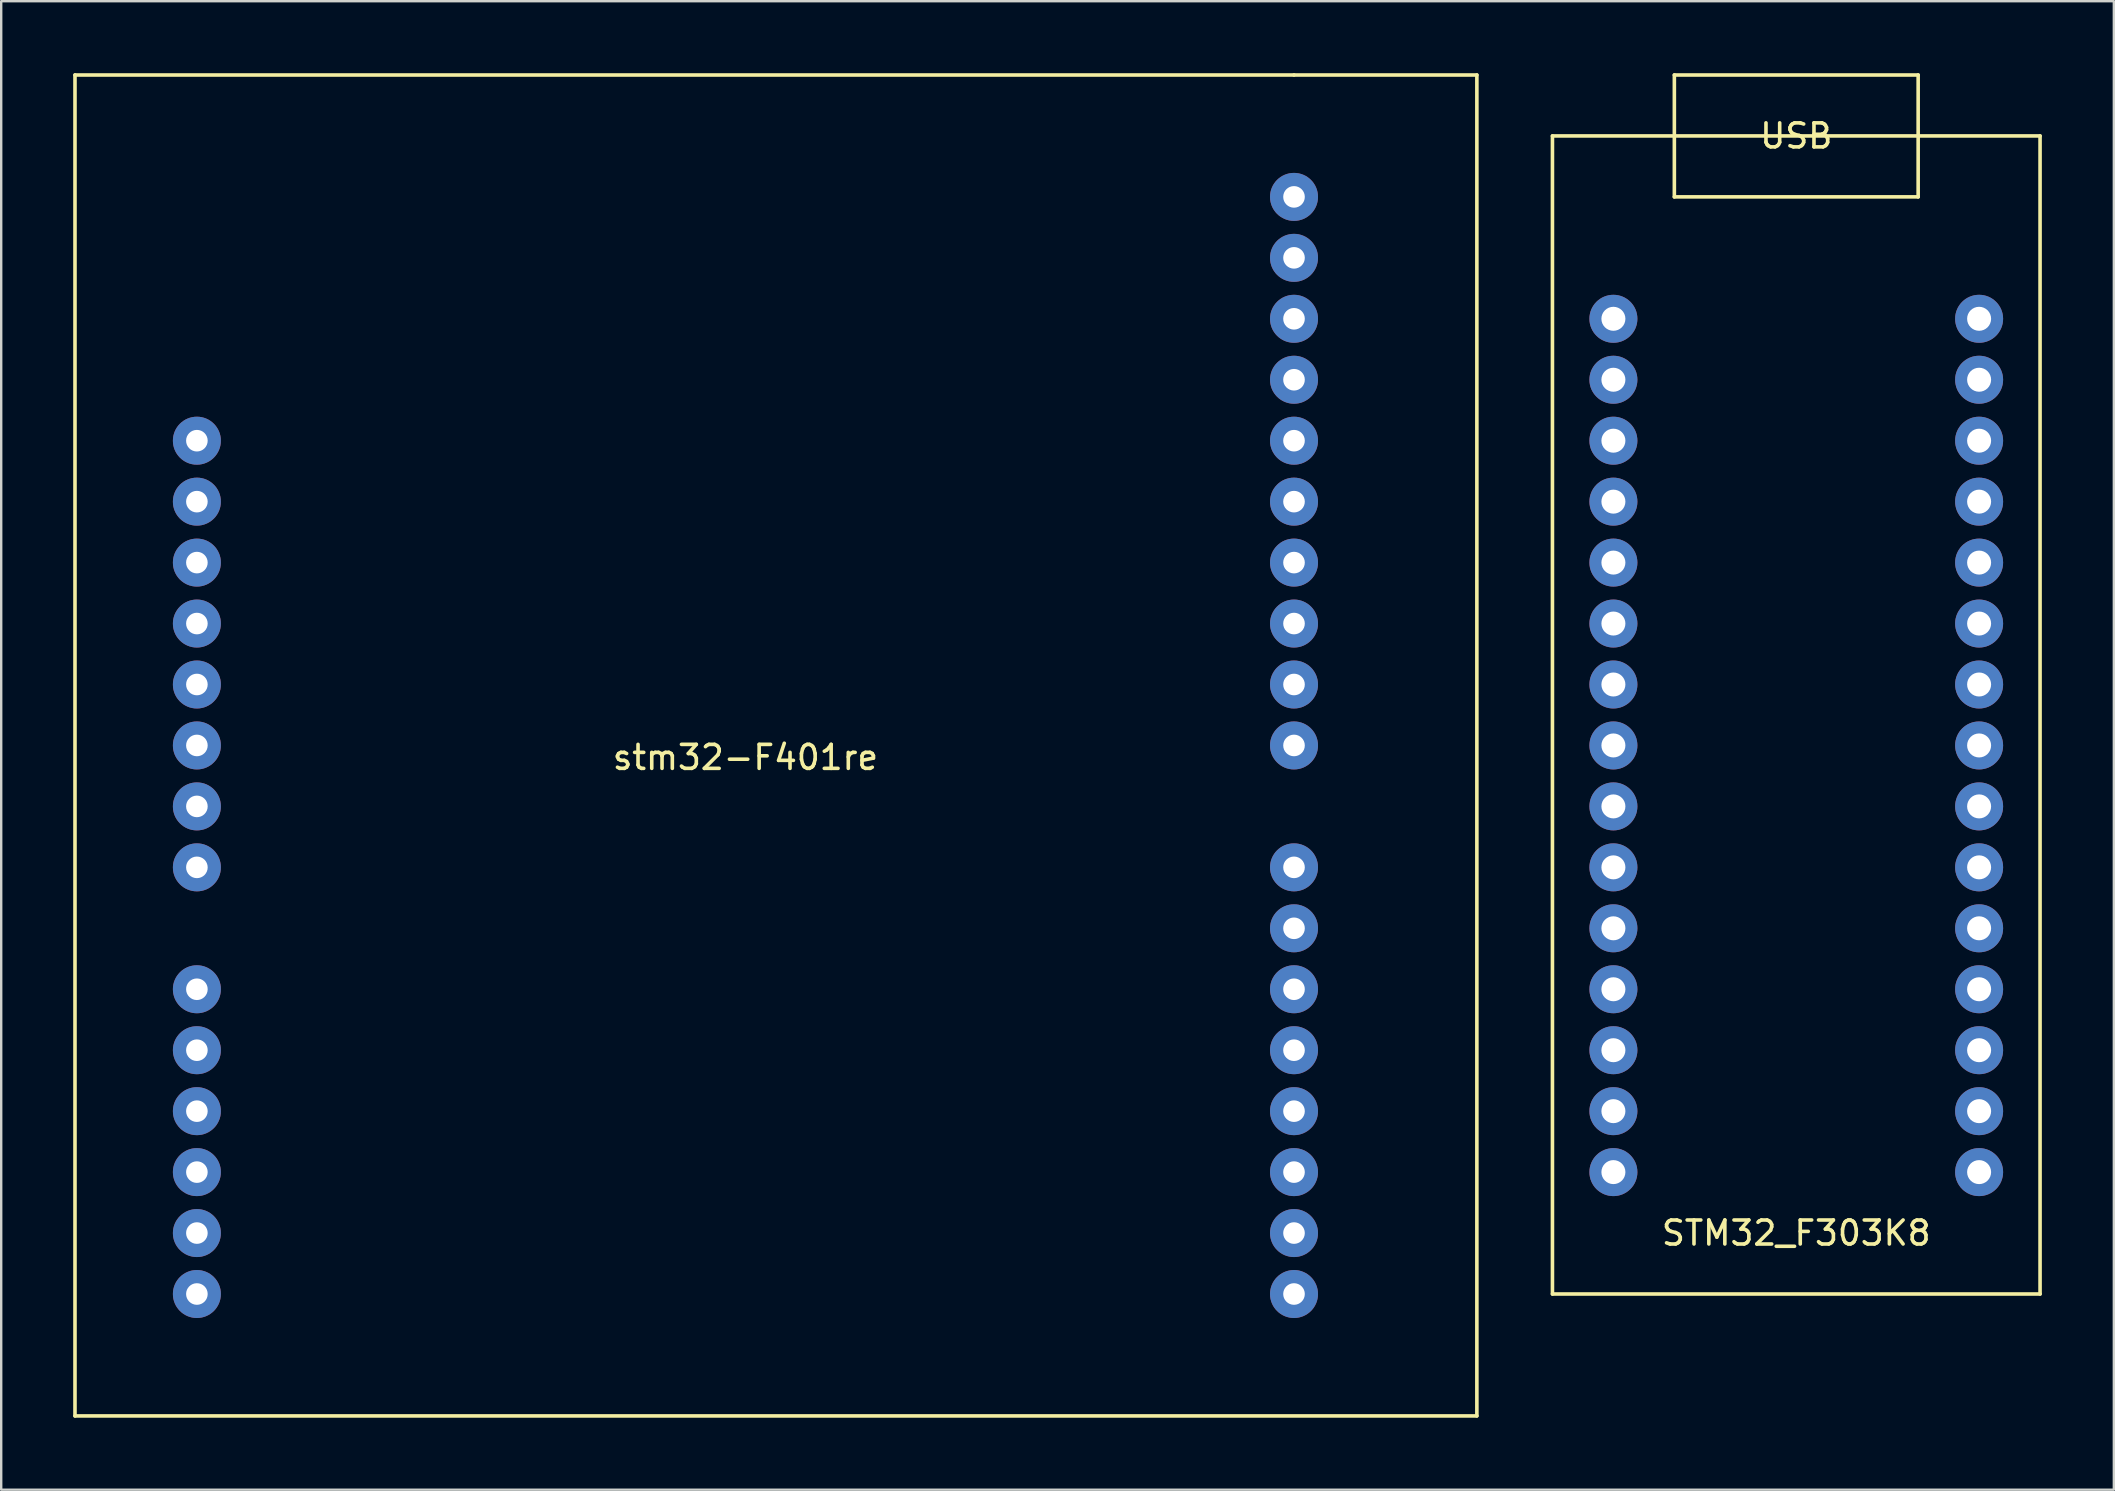
<source format=kicad_pcb>
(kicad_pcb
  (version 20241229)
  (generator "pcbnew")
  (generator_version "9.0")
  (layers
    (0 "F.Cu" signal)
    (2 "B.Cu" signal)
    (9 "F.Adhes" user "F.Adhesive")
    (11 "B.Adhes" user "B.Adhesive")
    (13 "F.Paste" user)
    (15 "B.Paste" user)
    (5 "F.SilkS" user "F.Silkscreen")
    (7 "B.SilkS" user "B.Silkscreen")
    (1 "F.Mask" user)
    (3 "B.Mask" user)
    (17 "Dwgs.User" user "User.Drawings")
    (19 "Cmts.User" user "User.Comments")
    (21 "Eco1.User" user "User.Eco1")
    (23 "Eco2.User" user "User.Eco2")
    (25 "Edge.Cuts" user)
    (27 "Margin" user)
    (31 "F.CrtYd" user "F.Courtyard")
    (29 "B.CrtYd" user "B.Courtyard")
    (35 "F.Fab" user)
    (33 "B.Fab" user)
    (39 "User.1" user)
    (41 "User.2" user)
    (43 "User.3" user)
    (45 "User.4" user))
  (footprint "STM32_F303K8"
    (layer "F.Cu")
    (at 71.805 28.015)
    (property "Reference" "STM32_F303K8" (at 0 20.32 0) (layer "F.SilkS") (effects (font (size 1 1) (thickness 0.15))))
    (attr through_hole)
    (fp_line (start -10.16 -25.4) (end 10.16 -25.4) (stroke (width 0.15) (type solid)) (layer "F.SilkS"))
    (fp_line (start -10.16 22.86) (end -10.16 -25.4) (stroke (width 0.15) (type solid)) (layer "F.SilkS"))
    (fp_line (start -5.08 -27.94) (end 5.08 -27.94) (stroke (width 0.15) (type solid)) (layer "F.SilkS"))
    (fp_line (start -5.08 -22.86) (end -5.08 -27.94) (stroke (width 0.15) (type solid)) (layer "F.SilkS"))
    (fp_line (start 5.08 -27.94) (end 5.08 -22.86) (stroke (width 0.15) (type solid)) (layer "F.SilkS"))
    (fp_line (start 5.08 -22.86) (end -5.08 -22.86) (stroke (width 0.15) (type solid)) (layer "F.SilkS"))
    (fp_line (start 10.16 -25.4) (end 10.16 22.86) (stroke (width 0.15) (type solid)) (layer "F.SilkS"))
    (fp_line (start 10.16 22.86) (end -10.16 22.86) (stroke (width 0.15) (type solid)) (layer "F.SilkS"))
    (fp_text user "USB" (at 0 -25.4 0) (layer "F.SilkS") (effects (font (size 1 1) (thickness 0.15))))
    (pad "1" thru_hole circle (at -7.62 -17.78) (size 2 2) (drill 1) (layers "*.Cu" "*.Mask"))
    (pad "2" thru_hole circle (at -7.62 -15.24) (size 2 2) (drill 1) (layers "*.Cu" "*.Mask"))
    (pad "3" thru_hole circle (at -7.62 -12.7) (size 2 2) (drill 1) (layers "*.Cu" "*.Mask"))
    (pad "4" thru_hole circle (at -7.62 -10.16) (size 2 2) (drill 1) (layers "*.Cu" "*.Mask"))
    (pad "5" thru_hole circle (at -7.62 -7.62) (size 2 2) (drill 1) (layers "*.Cu" "*.Mask"))
    (pad "6" thru_hole circle (at -7.62 -5.08) (size 2 2) (drill 1) (layers "*.Cu" "*.Mask"))
    (pad "7" thru_hole circle (at -7.62 -2.54) (size 2 2) (drill 1) (layers "*.Cu" "*.Mask"))
    (pad "8" thru_hole circle (at -7.62 0) (size 2 2) (drill 1) (layers "*.Cu" "*.Mask"))
    (pad "9" thru_hole circle (at -7.62 2.54) (size 2 2) (drill 1) (layers "*.Cu" "*.Mask"))
    (pad "10" thru_hole circle (at -7.62 5.08) (size 2 2) (drill 1) (layers "*.Cu" "*.Mask"))
    (pad "11" thru_hole circle (at -7.62 7.62) (size 2 2) (drill 1) (layers "*.Cu" "*.Mask"))
    (pad "12" thru_hole circle (at -7.62 10.16) (size 2 2) (drill 1) (layers "*.Cu" "*.Mask"))
    (pad "13" thru_hole circle (at -7.62 12.7) (size 2 2) (drill 1) (layers "*.Cu" "*.Mask"))
    (pad "14" thru_hole circle (at -7.62 15.24) (size 2 2) (drill 1) (layers "*.Cu" "*.Mask"))
    (pad "15" thru_hole circle (at -7.62 17.78) (size 2 2) (drill 1) (layers "*.Cu" "*.Mask"))
    (pad "16" thru_hole circle (at 7.62 17.78) (size 2 2) (drill 1) (layers "*.Cu" "*.Mask"))
    (pad "17" thru_hole circle (at 7.62 15.24) (size 2 2) (drill 1) (layers "*.Cu" "*.Mask"))
    (pad "18" thru_hole circle (at 7.62 12.7) (size 2 2) (drill 1) (layers "*.Cu" "*.Mask"))
    (pad "19" thru_hole circle (at 7.62 10.16) (size 2 2) (drill 1) (layers "*.Cu" "*.Mask"))
    (pad "20" thru_hole circle (at 7.62 7.62) (size 2 2) (drill 1) (layers "*.Cu" "*.Mask"))
    (pad "21" thru_hole circle (at 7.62 5.08) (size 2 2) (drill 1) (layers "*.Cu" "*.Mask"))
    (pad "22" thru_hole circle (at 7.62 2.54) (size 2 2) (drill 1) (layers "*.Cu" "*.Mask"))
    (pad "23" thru_hole circle (at 7.62 0) (size 2 2) (drill 1) (layers "*.Cu" "*.Mask"))
    (pad "24" thru_hole circle (at 7.62 -2.54) (size 2 2) (drill 1) (layers "*.Cu" "*.Mask"))
    (pad "25" thru_hole circle (at 7.62 -5.08) (size 2 2) (drill 1) (layers "*.Cu" "*.Mask"))
    (pad "26" thru_hole circle (at 7.62 -7.62) (size 2 2) (drill 1) (layers "*.Cu" "*.Mask"))
    (pad "27" thru_hole circle (at 7.62 -10.16) (size 2 2) (drill 1) (layers "*.Cu" "*.Mask"))
    (pad "28" thru_hole circle (at 7.62 -12.7) (size 2 2) (drill 1) (layers "*.Cu" "*.Mask"))
    (pad "29" thru_hole circle (at 7.62 -15.24) (size 2 2) (drill 1) (layers "*.Cu" "*.Mask"))
    (pad "30" thru_hole circle (at 7.62 -17.78) (size 2 2) (drill 1) (layers "*.Cu" "*.Mask")))
  (footprint "stm32-F401re"
    (layer "F.Cu")
    (at 28.015 28.015)
    (property "Reference" "stm32-F401re" (at 0 0.5 0) (layer "F.SilkS") (effects (font (size 1 1) (thickness 0.15))))
    (attr through_hole)
    (fp_line (start -27.94 -27.94) (end 22.86 -27.94) (stroke (width 0.15) (type solid)) (layer "F.SilkS"))
    (fp_line (start -27.94 27.94) (end -27.94 -27.94) (stroke (width 0.15) (type solid)) (layer "F.SilkS"))
    (fp_line (start 22.86 -27.94) (end 30.48 -27.94) (stroke (width 0.15) (type solid)) (layer "F.SilkS"))
    (fp_line (start 30.48 -27.94) (end 30.48 27.94) (stroke (width 0.15) (type solid)) (layer "F.SilkS"))
    (fp_line (start 30.48 27.94) (end -27.94 27.94) (stroke (width 0.15) (type solid)) (layer "F.SilkS"))
    (pad "1" thru_hole circle (at -22.86 -12.7) (size 2 2) (drill 0.9) (layers "*.Cu" "*.Mask"))
    (pad "2" thru_hole circle (at -22.86 -10.16) (size 2 2) (drill 0.9) (layers "*.Cu" "*.Mask"))
    (pad "3" thru_hole circle (at -22.86 -7.62) (size 2 2) (drill 0.9) (layers "*.Cu" "*.Mask"))
    (pad "4" thru_hole circle (at -22.86 -5.08) (size 2 2) (drill 0.9) (layers "*.Cu" "*.Mask"))
    (pad "5" thru_hole circle (at -22.86 -2.54) (size 2 2) (drill 0.9) (layers "*.Cu" "*.Mask"))
    (pad "6" thru_hole circle (at -22.86 0) (size 2 2) (drill 0.9) (layers "*.Cu" "*.Mask"))
    (pad "7" thru_hole circle (at -22.86 2.54) (size 2 2) (drill 0.9) (layers "*.Cu" "*.Mask"))
    (pad "8" thru_hole circle (at -22.86 5.08) (size 2 2) (drill 0.9) (layers "*.Cu" "*.Mask"))
    (pad "9" thru_hole circle (at -22.86 10.16) (size 2 2) (drill 0.9) (layers "*.Cu" "*.Mask"))
    (pad "10" thru_hole circle (at -22.86 12.7) (size 2 2) (drill 0.9) (layers "*.Cu" "*.Mask"))
    (pad "11" thru_hole circle (at -22.86 15.24) (size 2 2) (drill 0.9) (layers "*.Cu" "*.Mask"))
    (pad "12" thru_hole circle (at -22.86 17.78) (size 2 2) (drill 0.9) (layers "*.Cu" "*.Mask"))
    (pad "13" thru_hole circle (at -22.86 20.32) (size 2 2) (drill 0.9) (layers "*.Cu" "*.Mask"))
    (pad "14" thru_hole circle (at -22.86 22.86) (size 2 2) (drill 0.9) (layers "*.Cu" "*.Mask"))
    (pad "15" thru_hole circle (at 22.86 22.86) (size 2 2) (drill 0.9) (layers "*.Cu" "*.Mask"))
    (pad "16" thru_hole circle (at 22.86 20.32) (size 2 2) (drill 0.9) (layers "*.Cu" "*.Mask"))
    (pad "17" thru_hole circle (at 22.86 17.78) (size 2 2) (drill 0.9) (layers "*.Cu" "*.Mask"))
    (pad "18" thru_hole circle (at 22.86 15.24) (size 2 2) (drill 0.9) (layers "*.Cu" "*.Mask"))
    (pad "19" thru_hole circle (at 22.86 12.7) (size 2 2) (drill 0.9) (layers "*.Cu" "*.Mask"))
    (pad "20" thru_hole circle (at 22.86 10.16) (size 2 2) (drill 0.9) (layers "*.Cu" "*.Mask"))
    (pad "21" thru_hole circle (at 22.86 7.62) (size 2 2) (drill 0.9) (layers "*.Cu" "*.Mask"))
    (pad "22" thru_hole circle (at 22.86 5.08) (size 2 2) (drill 0.9) (layers "*.Cu" "*.Mask"))
    (pad "23" thru_hole circle (at 22.86 0) (size 2 2) (drill 0.9) (layers "*.Cu" "*.Mask"))
    (pad "24" thru_hole circle (at 22.86 -2.54) (size 2 2) (drill 0.9) (layers "*.Cu" "*.Mask"))
    (pad "25" thru_hole circle (at 22.86 -5.08) (size 2 2) (drill 0.9) (layers "*.Cu" "*.Mask"))
    (pad "26" thru_hole circle (at 22.86 -7.62) (size 2 2) (drill 0.9) (layers "*.Cu" "*.Mask"))
    (pad "27" thru_hole circle (at 22.86 -10.16) (size 2 2) (drill 0.9) (layers "*.Cu" "*.Mask"))
    (pad "28" thru_hole circle (at 22.86 -12.7) (size 2 2) (drill 0.9) (layers "*.Cu" "*.Mask"))
    (pad "29" thru_hole circle (at 22.86 -15.24) (size 2 2) (drill 0.9) (layers "*.Cu" "*.Mask"))
    (pad "30" thru_hole circle (at 22.86 -17.78) (size 2 2) (drill 0.9) (layers "*.Cu" "*.Mask"))
    (pad "31" thru_hole circle (at 22.86 -20.32) (size 2 2) (drill 0.9) (layers "*.Cu" "*.Mask"))
    (pad "32" thru_hole circle (at 22.86 -22.86) (size 2 2) (drill 0.9) (layers "*.Cu" "*.Mask")))
  (gr_rect
    (start -3 -3)
    (end 85.04 59.03)
    (stroke (width 0.1) (type default))
    (fill no)
    (layer "Edge.Cuts")))
</source>
